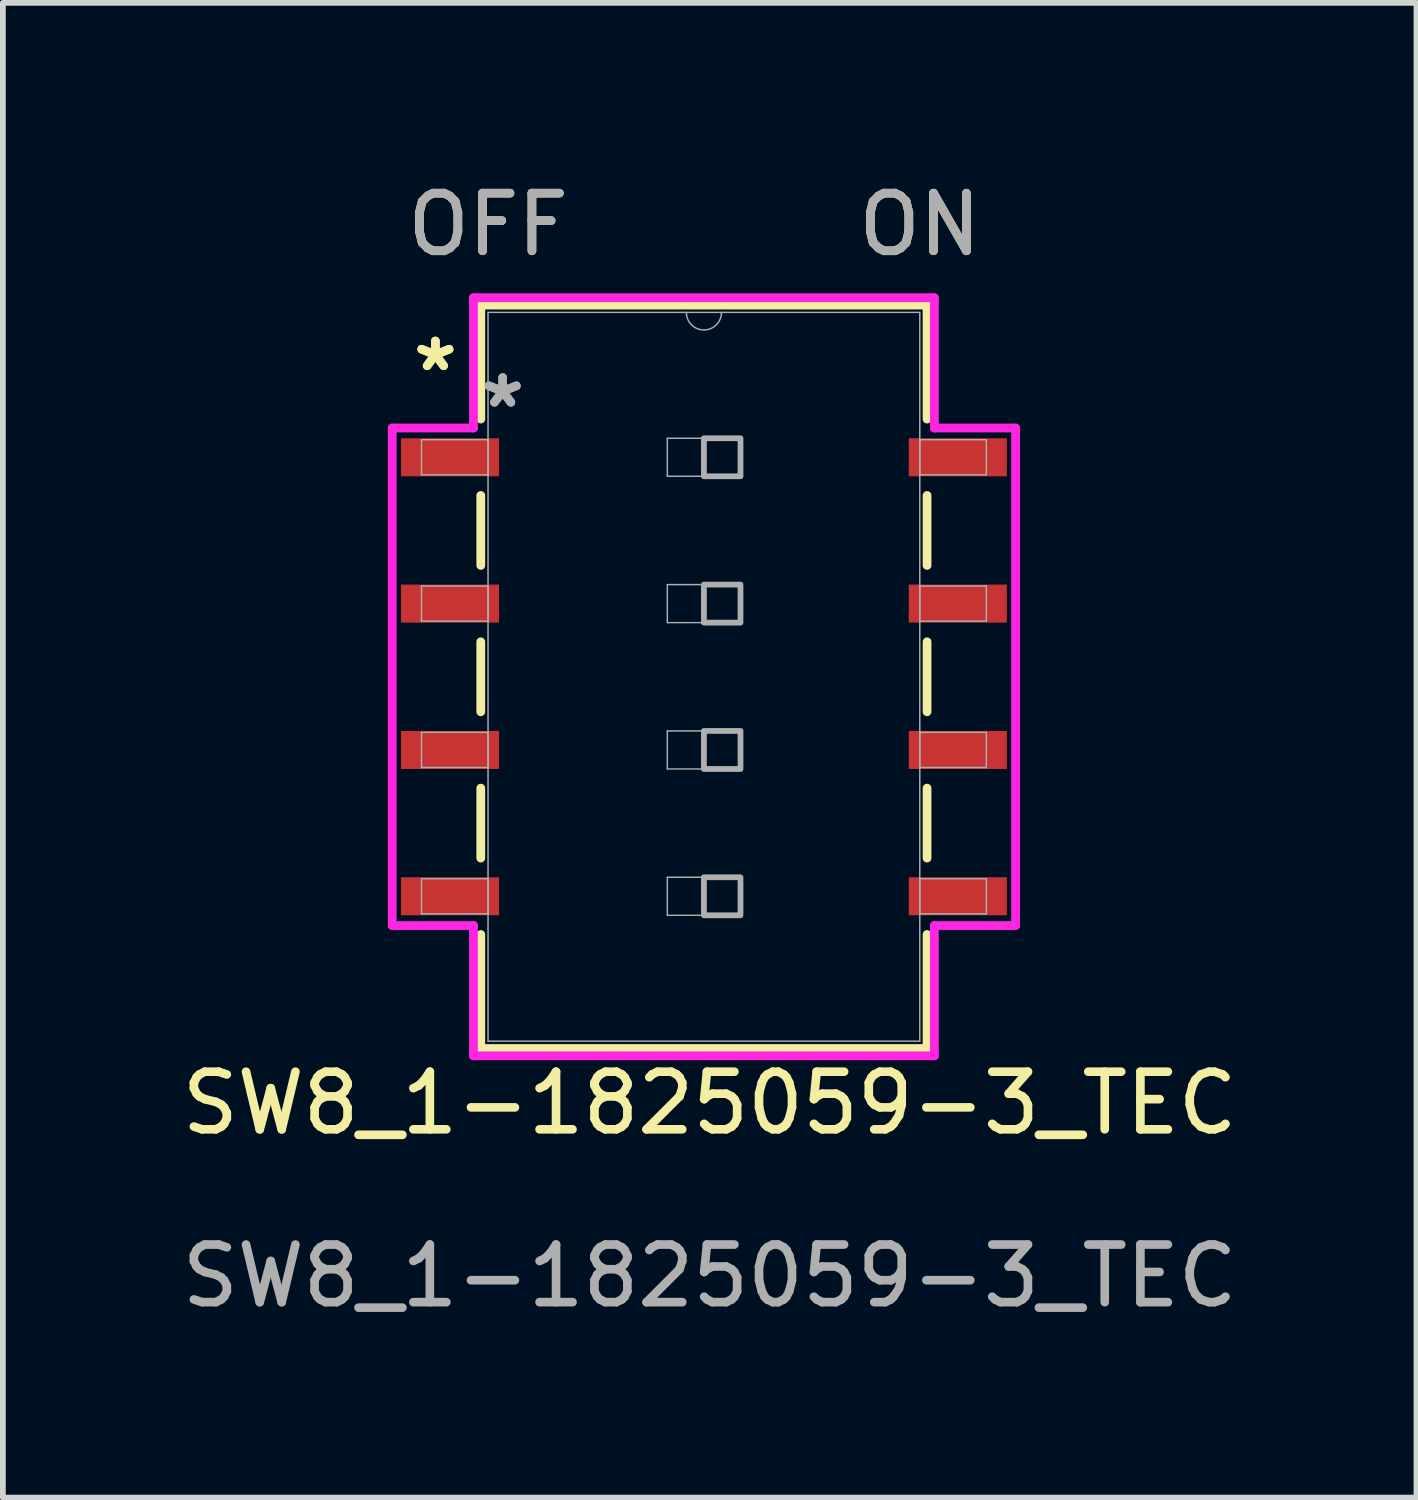
<source format=kicad_pcb>
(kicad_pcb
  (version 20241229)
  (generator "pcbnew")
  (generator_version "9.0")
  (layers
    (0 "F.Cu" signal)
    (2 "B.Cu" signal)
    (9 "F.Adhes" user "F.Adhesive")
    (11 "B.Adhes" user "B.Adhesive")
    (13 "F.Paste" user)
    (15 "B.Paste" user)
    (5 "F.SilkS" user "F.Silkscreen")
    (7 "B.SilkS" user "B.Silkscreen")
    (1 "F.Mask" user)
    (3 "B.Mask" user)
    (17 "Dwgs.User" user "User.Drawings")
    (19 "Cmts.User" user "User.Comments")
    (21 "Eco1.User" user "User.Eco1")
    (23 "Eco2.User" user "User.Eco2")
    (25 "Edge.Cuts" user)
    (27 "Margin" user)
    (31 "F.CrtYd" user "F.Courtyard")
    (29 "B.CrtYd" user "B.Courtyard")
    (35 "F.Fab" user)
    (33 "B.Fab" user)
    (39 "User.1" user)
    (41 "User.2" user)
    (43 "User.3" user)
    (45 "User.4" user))
  (footprint "SW8_1-1825059-3_TEC"
    (layer "F.Cu")
    (at 9.168 8.697)
    (property "Reference" "SW8_1-1825059-3_TEC" (at 0.1 7.4 0) (unlocked yes) (layer "F.SilkS") (effects (font (size 1 1) (thickness 0.15))))
    (attr smd)
    (fp_line (start -3.873 -6.452) (end -3.873 -4.473) (stroke (width 0.152) (type solid)) (layer "F.SilkS"))
    (fp_line (start -3.873 -3.147) (end -3.873 -1.933) (stroke (width 0.152) (type solid)) (layer "F.SilkS"))
    (fp_line (start -3.873 -0.607) (end -3.873 0.607) (stroke (width 0.152) (type solid)) (layer "F.SilkS"))
    (fp_line (start -3.873 1.933) (end -3.873 3.147) (stroke (width 0.152) (type solid)) (layer "F.SilkS"))
    (fp_line (start -3.873 4.473) (end -3.873 6.452) (stroke (width 0.152) (type solid)) (layer "F.SilkS"))
    (fp_line (start -3.873 6.452) (end 3.873 6.452) (stroke (width 0.152) (type solid)) (layer "F.SilkS"))
    (fp_line (start 3.873 -6.452) (end -3.873 -6.452) (stroke (width 0.152) (type solid)) (layer "F.SilkS"))
    (fp_line (start 3.873 -4.473) (end 3.873 -6.452) (stroke (width 0.152) (type solid)) (layer "F.SilkS"))
    (fp_line (start 3.873 -1.933) (end 3.873 -3.147) (stroke (width 0.152) (type solid)) (layer "F.SilkS"))
    (fp_line (start 3.873 0.607) (end 3.873 -0.607) (stroke (width 0.152) (type solid)) (layer "F.SilkS"))
    (fp_line (start 3.873 3.147) (end 3.873 1.933) (stroke (width 0.152) (type solid)) (layer "F.SilkS"))
    (fp_line (start 3.873 6.452) (end 3.873 4.473) (stroke (width 0.152) (type solid)) (layer "F.SilkS"))
    (fp_line (start -5.41 -4.318) (end -4 -4.318) (stroke (width 0.152) (type solid)) (layer "F.CrtYd"))
    (fp_line (start -5.41 4.318) (end -5.41 -4.318) (stroke (width 0.152) (type solid)) (layer "F.CrtYd"))
    (fp_line (start -4 -6.579) (end 4 -6.579) (stroke (width 0.152) (type solid)) (layer "F.CrtYd"))
    (fp_line (start -4 -4.318) (end -4 -6.579) (stroke (width 0.152) (type solid)) (layer "F.CrtYd"))
    (fp_line (start -4 4.318) (end -5.41 4.318) (stroke (width 0.152) (type solid)) (layer "F.CrtYd"))
    (fp_line (start -4 6.579) (end -4 4.318) (stroke (width 0.152) (type solid)) (layer "F.CrtYd"))
    (fp_line (start 4 -6.579) (end 4 -4.318) (stroke (width 0.152) (type solid)) (layer "F.CrtYd"))
    (fp_line (start 4 -4.318) (end 5.41 -4.318) (stroke (width 0.152) (type solid)) (layer "F.CrtYd"))
    (fp_line (start 4 4.318) (end 4 6.579) (stroke (width 0.152) (type solid)) (layer "F.CrtYd"))
    (fp_line (start 4 6.579) (end -4 6.579) (stroke (width 0.152) (type solid)) (layer "F.CrtYd"))
    (fp_line (start 5.41 -4.318) (end 5.41 4.318) (stroke (width 0.152) (type solid)) (layer "F.CrtYd"))
    (fp_line (start 5.41 4.318) (end 4 4.318) (stroke (width 0.152) (type solid)) (layer "F.CrtYd"))
    (fp_line (start -4.902 -4.115) (end -4.902 -3.505) (stroke (width 0.025) (type solid)) (layer "F.Fab"))
    (fp_line (start -4.902 -3.505) (end -3.747 -3.505) (stroke (width 0.025) (type solid)) (layer "F.Fab"))
    (fp_line (start -4.902 -1.575) (end -4.902 -0.965) (stroke (width 0.025) (type solid)) (layer "F.Fab"))
    (fp_line (start -4.902 -0.965) (end -3.747 -0.965) (stroke (width 0.025) (type solid)) (layer "F.Fab"))
    (fp_line (start -4.902 0.965) (end -4.902 1.575) (stroke (width 0.025) (type solid)) (layer "F.Fab"))
    (fp_line (start -4.902 1.575) (end -3.747 1.575) (stroke (width 0.025) (type solid)) (layer "F.Fab"))
    (fp_line (start -4.902 3.505) (end -4.902 4.115) (stroke (width 0.025) (type solid)) (layer "F.Fab"))
    (fp_line (start -4.902 4.115) (end -3.747 4.115) (stroke (width 0.025) (type solid)) (layer "F.Fab"))
    (fp_line (start -3.747 -6.325) (end -3.747 6.325) (stroke (width 0.025) (type solid)) (layer "F.Fab"))
    (fp_line (start -3.747 -4.115) (end -4.902 -4.115) (stroke (width 0.025) (type solid)) (layer "F.Fab"))
    (fp_line (start -3.747 -3.505) (end -3.747 -4.115) (stroke (width 0.025) (type solid)) (layer "F.Fab"))
    (fp_line (start -3.747 -1.575) (end -4.902 -1.575) (stroke (width 0.025) (type solid)) (layer "F.Fab"))
    (fp_line (start -3.747 -0.965) (end -3.747 -1.575) (stroke (width 0.025) (type solid)) (layer "F.Fab"))
    (fp_line (start -3.747 0.965) (end -4.902 0.965) (stroke (width 0.025) (type solid)) (layer "F.Fab"))
    (fp_line (start -3.747 1.575) (end -3.747 0.965) (stroke (width 0.025) (type solid)) (layer "F.Fab"))
    (fp_line (start -3.747 3.505) (end -4.902 3.505) (stroke (width 0.025) (type solid)) (layer "F.Fab"))
    (fp_line (start -3.747 4.115) (end -3.747 3.505) (stroke (width 0.025) (type solid)) (layer "F.Fab"))
    (fp_line (start -3.747 6.325) (end 3.747 6.325) (stroke (width 0.025) (type solid)) (layer "F.Fab"))
    (fp_line (start -0.635 -4.14) (end 0.635 -4.14) (stroke (width 0.025) (type solid)) (layer "F.Fab"))
    (fp_line (start -0.635 -3.48) (end -0.635 -4.14) (stroke (width 0.025) (type solid)) (layer "F.Fab"))
    (fp_line (start -0.635 -1.6) (end 0.635 -1.6) (stroke (width 0.025) (type solid)) (layer "F.Fab"))
    (fp_line (start -0.635 -0.94) (end -0.635 -1.6) (stroke (width 0.025) (type solid)) (layer "F.Fab"))
    (fp_line (start -0.635 0.94) (end 0.635 0.94) (stroke (width 0.025) (type solid)) (layer "F.Fab"))
    (fp_line (start -0.635 1.6) (end -0.635 0.94) (stroke (width 0.025) (type solid)) (layer "F.Fab"))
    (fp_line (start -0.635 3.48) (end 0.635 3.48) (stroke (width 0.025) (type solid)) (layer "F.Fab"))
    (fp_line (start -0.635 4.14) (end -0.635 3.48) (stroke (width 0.025) (type solid)) (layer "F.Fab"))
    (fp_line (start 0.635 -4.14) (end 0.635 -3.48) (stroke (width 0.025) (type solid)) (layer "F.Fab"))
    (fp_line (start 0.635 -3.48) (end -0.635 -3.48) (stroke (width 0.025) (type solid)) (layer "F.Fab"))
    (fp_line (start 0.635 -1.6) (end 0.635 -0.94) (stroke (width 0.025) (type solid)) (layer "F.Fab"))
    (fp_line (start 0.635 -0.94) (end -0.635 -0.94) (stroke (width 0.025) (type solid)) (layer "F.Fab"))
    (fp_line (start 0.635 0.94) (end 0.635 1.6) (stroke (width 0.025) (type solid)) (layer "F.Fab"))
    (fp_line (start 0.635 1.6) (end -0.635 1.6) (stroke (width 0.025) (type solid)) (layer "F.Fab"))
    (fp_line (start 0.635 3.48) (end 0.635 4.14) (stroke (width 0.025) (type solid)) (layer "F.Fab"))
    (fp_line (start 0.635 4.14) (end -0.635 4.14) (stroke (width 0.025) (type solid)) (layer "F.Fab"))
    (fp_line (start 3.747 -6.325) (end -3.747 -6.325) (stroke (width 0.025) (type solid)) (layer "F.Fab"))
    (fp_line (start 3.747 -4.115) (end 3.747 -3.505) (stroke (width 0.025) (type solid)) (layer "F.Fab"))
    (fp_line (start 3.747 -3.505) (end 4.902 -3.505) (stroke (width 0.025) (type solid)) (layer "F.Fab"))
    (fp_line (start 3.747 -1.575) (end 3.747 -0.965) (stroke (width 0.025) (type solid)) (layer "F.Fab"))
    (fp_line (start 3.747 -0.965) (end 4.902 -0.965) (stroke (width 0.025) (type solid)) (layer "F.Fab"))
    (fp_line (start 3.747 0.965) (end 3.747 1.575) (stroke (width 0.025) (type solid)) (layer "F.Fab"))
    (fp_line (start 3.747 1.575) (end 4.902 1.575) (stroke (width 0.025) (type solid)) (layer "F.Fab"))
    (fp_line (start 3.747 3.505) (end 3.747 4.115) (stroke (width 0.025) (type solid)) (layer "F.Fab"))
    (fp_line (start 3.747 4.115) (end 4.902 4.115) (stroke (width 0.025) (type solid)) (layer "F.Fab"))
    (fp_line (start 3.747 6.325) (end 3.747 -6.325) (stroke (width 0.025) (type solid)) (layer "F.Fab"))
    (fp_line (start 4.902 -4.115) (end 3.747 -4.115) (stroke (width 0.025) (type solid)) (layer "F.Fab"))
    (fp_line (start 4.902 -3.505) (end 4.902 -4.115) (stroke (width 0.025) (type solid)) (layer "F.Fab"))
    (fp_line (start 4.902 -1.575) (end 3.747 -1.575) (stroke (width 0.025) (type solid)) (layer "F.Fab"))
    (fp_line (start 4.902 -0.965) (end 4.902 -1.575) (stroke (width 0.025) (type solid)) (layer "F.Fab"))
    (fp_line (start 4.902 0.965) (end 3.747 0.965) (stroke (width 0.025) (type solid)) (layer "F.Fab"))
    (fp_line (start 4.902 1.575) (end 4.902 0.965) (stroke (width 0.025) (type solid)) (layer "F.Fab"))
    (fp_line (start 4.902 3.505) (end 3.747 3.505) (stroke (width 0.025) (type solid)) (layer "F.Fab"))
    (fp_line (start 4.902 4.115) (end 4.902 3.505) (stroke (width 0.025) (type solid)) (layer "F.Fab"))
    (fp_arc (start 0.3048 -6.3246) (mid 0 -6.0198) (end -0.3048 -6.3246) (stroke (width 0.0254) (type solid)) (layer "F.Fab"))
    (fp_poly (pts (xy 0 -4.14) (xy 0.635 -4.14) (xy 0.635 -3.48) (xy 0 -3.48)) (stroke (width 0.1) (type solid)) (fill no) (layer "F.Fab"))
    (fp_poly (pts (xy 0 -1.6) (xy 0.635 -1.6) (xy 0.635 -0.94) (xy 0 -0.94)) (stroke (width 0.1) (type solid)) (fill no) (layer "F.Fab"))
    (fp_poly (pts (xy 0 0.94) (xy 0.635 0.94) (xy 0.635 1.6) (xy 0 1.6)) (stroke (width 0.1) (type solid)) (fill no) (layer "F.Fab"))
    (fp_poly (pts (xy 0 3.48) (xy 0.635 3.48) (xy 0.635 4.14) (xy 0 4.14)) (stroke (width 0.1) (type solid)) (fill no) (layer "F.Fab"))
    (fp_text user "*" (at -4.661 -5.283 0) (layer "F.SilkS") (effects (font (size 1 1) (thickness 0.15))))
    (fp_text user "ON" (at 3.747 -7.849 0) (unlocked yes) (layer "F.SilkS") (effects (font (size 1 1) (thickness 0.15))))
    (fp_text user "*" (at -4.661 -5.283 0) (unlocked yes) (layer "F.SilkS") (effects (font (size 1 1) (thickness 0.15))))
    (fp_text user "OFF" (at -3.747 -7.849 0) (unlocked yes) (layer "F.SilkS") (effects (font (size 1 1) (thickness 0.15))))
    (fp_text user "*" (at -3.493 -4.648 0) (unlocked yes) (layer "F.Fab") (effects (font (size 1 1) (thickness 0.15))))
    (fp_text user "${REFERENCE}" (at 0.1 10.4 0) (unlocked yes) (layer "F.Fab") (effects (font (size 1 1) (thickness 0.15))))
    (fp_text user "ON" (at 3.747 -7.849 0) (unlocked yes) (layer "F.Fab") (effects (font (size 1 1) (thickness 0.15))))
    (fp_text user "OFF" (at -3.747 -7.849 0) (unlocked yes) (layer "F.Fab") (effects (font (size 1 1) (thickness 0.15))))
    (fp_text user "*" (at -3.493 -4.648 0) (layer "F.Fab") (effects (font (size 1 1) (thickness 0.15))))
    (pad "1" smd rect (at -4.407 -3.81) (size 1.702 0.66) (layers "F.Cu" "F.Mask" "F.Paste"))
    (pad "2" smd rect (at -4.407 -1.27) (size 1.702 0.66) (layers "F.Cu" "F.Mask" "F.Paste"))
    (pad "3" smd rect (at -4.407 1.27) (size 1.702 0.66) (layers "F.Cu" "F.Mask" "F.Paste"))
    (pad "4" smd rect (at -4.407 3.81) (size 1.702 0.66) (layers "F.Cu" "F.Mask" "F.Paste"))
    (pad "5" smd rect (at 4.407 3.81) (size 1.702 0.66) (layers "F.Cu" "F.Mask" "F.Paste"))
    (pad "6" smd rect (at 4.407 1.27) (size 1.702 0.66) (layers "F.Cu" "F.Mask" "F.Paste"))
    (pad "7" smd rect (at 4.407 -1.27) (size 1.702 0.66) (layers "F.Cu" "F.Mask" "F.Paste"))
    (pad "8" smd rect (at 4.407 -3.81) (size 1.702 0.66) (layers "F.Cu" "F.Mask" "F.Paste")))
  (gr_rect
    (start -3 -3)
    (end 21.536 22.945)
    (stroke (width 0.1) (type default))
    (fill no)
    (layer "Edge.Cuts")))
</source>
